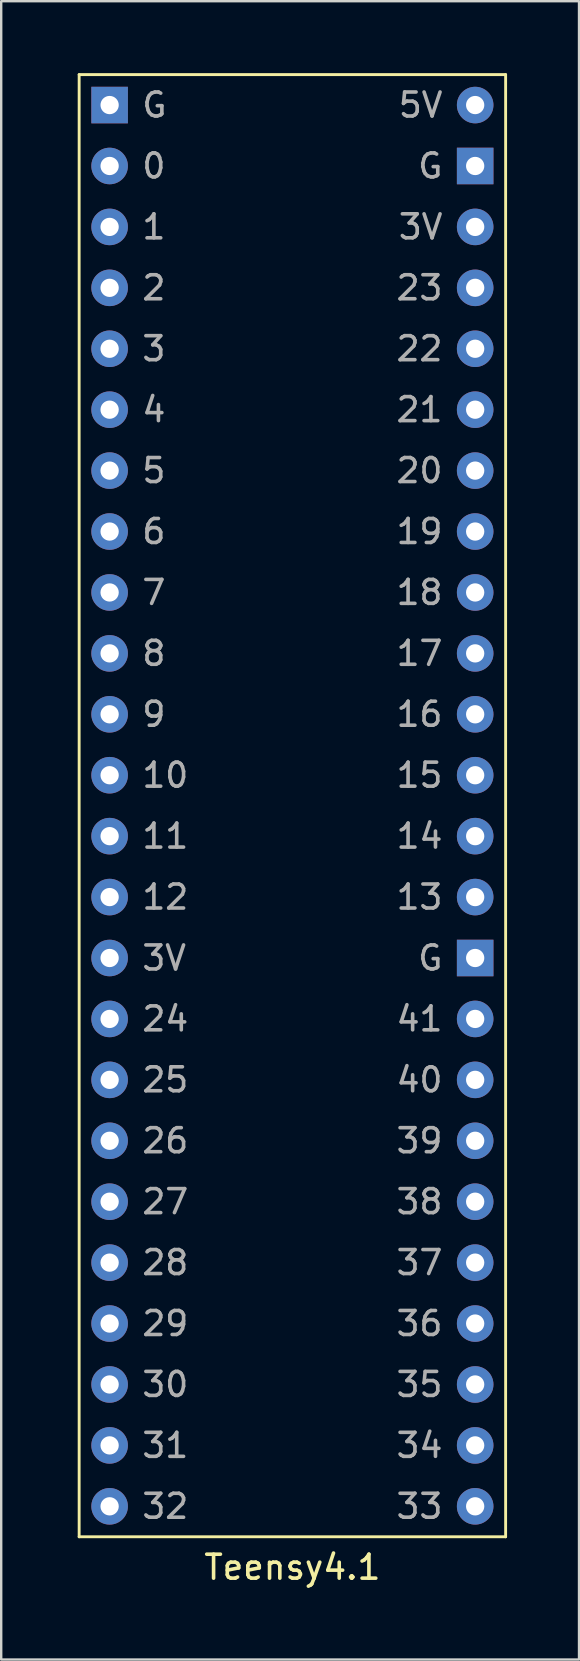
<source format=kicad_pcb>
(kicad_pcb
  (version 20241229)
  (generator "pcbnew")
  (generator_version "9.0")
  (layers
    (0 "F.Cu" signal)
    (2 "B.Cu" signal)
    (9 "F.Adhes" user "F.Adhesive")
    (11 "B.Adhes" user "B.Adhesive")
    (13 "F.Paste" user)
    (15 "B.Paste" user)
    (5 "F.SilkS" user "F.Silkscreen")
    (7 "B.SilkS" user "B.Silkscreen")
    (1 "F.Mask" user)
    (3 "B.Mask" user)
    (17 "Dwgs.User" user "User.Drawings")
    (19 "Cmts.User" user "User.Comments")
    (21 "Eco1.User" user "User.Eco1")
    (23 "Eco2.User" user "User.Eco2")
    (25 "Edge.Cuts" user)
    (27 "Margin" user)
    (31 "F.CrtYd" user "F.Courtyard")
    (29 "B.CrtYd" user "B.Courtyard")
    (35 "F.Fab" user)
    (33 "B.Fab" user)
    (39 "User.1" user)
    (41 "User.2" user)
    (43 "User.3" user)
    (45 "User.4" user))
  (footprint "Teensy4.1"
    (layer "F.Cu")
    (at 0.25 61.02)
    (property "Reference" "Teensy4.1" (at 8.89 1.27 0) (layer "F.SilkS") (effects (font (size 1 1) (thickness 0.15))))
    (attr through_hole)
    (fp_line (start 0 -60.96) (end 17.78 -60.96) (stroke (width 0.12) (type solid)) (layer "F.SilkS"))
    (fp_line (start 0 0) (end 0 -60.96) (stroke (width 0.12) (type solid)) (layer "F.SilkS"))
    (fp_line (start 17.78 -60.96) (end 17.78 0) (stroke (width 0.12) (type solid)) (layer "F.SilkS"))
    (fp_line (start 17.78 0) (end 0 0) (stroke (width 0.12) (type solid)) (layer "F.SilkS"))
    (fp_text user "20" (at 15.24 -44.45 0) (layer "F.Fab") (effects (font (size 1 1) (thickness 0.15)) (justify right)))
    (fp_text user "18" (at 15.24 -39.37 0) (layer "F.Fab") (effects (font (size 1 1) (thickness 0.15)) (justify right)))
    (fp_text user "10" (at 2.54 -31.75 0) (layer "F.Fab") (effects (font (size 1 1) (thickness 0.15)) (justify left)))
    (fp_text user "5V" (at 15.24 -59.69 0) (layer "F.Fab") (effects (font (size 1 1) (thickness 0.15)) (justify right)))
    (fp_text user "21" (at 15.24 -46.99 0) (layer "F.Fab") (effects (font (size 1 1) (thickness 0.15)) (justify right)))
    (fp_text user "39" (at 15.24 -16.51 0) (layer "F.Fab") (effects (font (size 1 1) (thickness 0.15)) (justify right)))
    (fp_text user "23" (at 15.24 -52.07 0) (layer "F.Fab") (effects (font (size 1 1) (thickness 0.15)) (justify right)))
    (fp_text user "3" (at 2.54 -49.53 0) (layer "F.Fab") (effects (font (size 1 1) (thickness 0.15)) (justify left)))
    (fp_text user "1" (at 2.54 -54.61 0) (layer "F.Fab") (effects (font (size 1 1) (thickness 0.15)) (justify left)))
    (fp_text user "29" (at 2.54 -8.89 0) (layer "F.Fab") (effects (font (size 1 1) (thickness 0.15)) (justify left)))
    (fp_text user "30" (at 2.54 -6.35 0) (layer "F.Fab") (effects (font (size 1 1) (thickness 0.15)) (justify left)))
    (fp_text user "5" (at 2.54 -44.45 0) (layer "F.Fab") (effects (font (size 1 1) (thickness 0.15)) (justify left)))
    (fp_text user "12" (at 2.54 -26.67 0) (layer "F.Fab") (effects (font (size 1 1) (thickness 0.15)) (justify left)))
    (fp_text user "31" (at 2.54 -3.81 0) (layer "F.Fab") (effects (font (size 1 1) (thickness 0.15)) (justify left)))
    (fp_text user "36" (at 15.24 -8.89 0) (layer "F.Fab") (effects (font (size 1 1) (thickness 0.15)) (justify right)))
    (fp_text user "34" (at 15.24 -3.81 0) (layer "F.Fab") (effects (font (size 1 1) (thickness 0.15)) (justify right)))
    (fp_text user "35" (at 15.24 -6.35 0) (layer "F.Fab") (effects (font (size 1 1) (thickness 0.15)) (justify right)))
    (fp_text user "11" (at 2.54 -29.21 0) (layer "F.Fab") (effects (font (size 1 1) (thickness 0.15)) (justify left)))
    (fp_text user "15" (at 15.24 -31.75 0) (layer "F.Fab") (effects (font (size 1 1) (thickness 0.15)) (justify right)))
    (fp_text user "25" (at 2.54 -19.05 0) (layer "F.Fab") (effects (font (size 1 1) (thickness 0.15)) (justify left)))
    (fp_text user "28" (at 2.54 -11.43 0) (layer "F.Fab") (effects (font (size 1 1) (thickness 0.15)) (justify left)))
    (fp_text user "13" (at 15.24 -26.67 0) (layer "F.Fab") (effects (font (size 1 1) (thickness 0.15)) (justify right)))
    (fp_text user "22" (at 15.24 -49.53 0) (layer "F.Fab") (effects (font (size 1 1) (thickness 0.15)) (justify right)))
    (fp_text user "8" (at 2.54 -36.83 0) (layer "F.Fab") (effects (font (size 1 1) (thickness 0.15)) (justify left)))
    (fp_text user "40" (at 15.24 -19.05 0) (layer "F.Fab") (effects (font (size 1 1) (thickness 0.15)) (justify right)))
    (fp_text user "26" (at 2.54 -16.51 0) (layer "F.Fab") (effects (font (size 1 1) (thickness 0.15)) (justify left)))
    (fp_text user "33" (at 15.24 -1.27 0) (layer "F.Fab") (effects (font (size 1 1) (thickness 0.15)) (justify right)))
    (fp_text user "4" (at 2.54 -46.99 0) (layer "F.Fab") (effects (font (size 1 1) (thickness 0.15)) (justify left)))
    (fp_text user "24" (at 2.54 -21.59 0) (layer "F.Fab") (effects (font (size 1 1) (thickness 0.15)) (justify left)))
    (fp_text user "7" (at 2.54 -39.37 0) (layer "F.Fab") (effects (font (size 1 1) (thickness 0.15)) (justify left)))
    (fp_text user "14" (at 15.24 -29.21 0) (layer "F.Fab") (effects (font (size 1 1) (thickness 0.15)) (justify right)))
    (fp_text user "G" (at 2.54 -59.69 0) (layer "F.Fab") (effects (font (size 1 1) (thickness 0.15)) (justify left)))
    (fp_text user "G" (at 15.24 -57.15 0) (layer "F.Fab") (effects (font (size 1 1) (thickness 0.15)) (justify right)))
    (fp_text user "38" (at 15.24 -13.97 0) (layer "F.Fab") (effects (font (size 1 1) (thickness 0.15)) (justify right)))
    (fp_text user "41" (at 15.24 -21.59 0) (layer "F.Fab") (effects (font (size 1 1) (thickness 0.15)) (justify right)))
    (fp_text user "9" (at 2.54 -34.29 0) (layer "F.Fab") (effects (font (size 1 1) (thickness 0.15)) (justify left)))
    (fp_text user "6" (at 2.54 -41.91 0) (layer "F.Fab") (effects (font (size 1 1) (thickness 0.15)) (justify left)))
    (fp_text user "3V" (at 2.54 -24.13 0) (layer "F.Fab") (effects (font (size 1 1) (thickness 0.15)) (justify left)))
    (fp_text user "32" (at 2.54 -1.27 0) (layer "F.Fab") (effects (font (size 1 1) (thickness 0.15)) (justify left)))
    (fp_text user "G" (at 15.24 -24.13 0) (layer "F.Fab") (effects (font (size 1 1) (thickness 0.15)) (justify right)))
    (fp_text user "2" (at 2.54 -52.07 0) (layer "F.Fab") (effects (font (size 1 1) (thickness 0.15)) (justify left)))
    (fp_text user "17" (at 15.24 -36.83 0) (layer "F.Fab") (effects (font (size 1 1) (thickness 0.15)) (justify right)))
    (fp_text user "19" (at 15.24 -41.91 0) (layer "F.Fab") (effects (font (size 1 1) (thickness 0.15)) (justify right)))
    (fp_text user "37" (at 15.24 -11.43 0) (layer "F.Fab") (effects (font (size 1 1) (thickness 0.15)) (justify right)))
    (fp_text user "0" (at 2.54 -57.15 0) (layer "F.Fab") (effects (font (size 1 1) (thickness 0.15)) (justify left)))
    (fp_text user "16" (at 15.24 -34.29 0) (layer "F.Fab") (effects (font (size 1 1) (thickness 0.15)) (justify right)))
    (fp_text user "27" (at 2.54 -13.97 0) (layer "F.Fab") (effects (font (size 1 1) (thickness 0.15)) (justify left)))
    (fp_text user "3V" (at 15.24 -54.61 0) (layer "F.Fab") (effects (font (size 1 1) (thickness 0.15)) (justify right)))
    (pad "1" thru_hole rect (at 1.27 -59.69) (size 1.524 1.524) (drill 0.762) (layers "*.Cu" "*.Mask"))
    (pad "2" thru_hole circle (at 1.27 -57.15) (size 1.524 1.524) (drill 0.762) (layers "*.Cu" "*.Mask"))
    (pad "3" thru_hole circle (at 1.27 -54.61) (size 1.524 1.524) (drill 0.762) (layers "*.Cu" "*.Mask"))
    (pad "4" thru_hole circle (at 1.27 -52.07) (size 1.524 1.524) (drill 0.762) (layers "*.Cu" "*.Mask"))
    (pad "5" thru_hole circle (at 1.27 -49.53) (size 1.524 1.524) (drill 0.762) (layers "*.Cu" "*.Mask"))
    (pad "6" thru_hole circle (at 1.27 -46.99) (size 1.524 1.524) (drill 0.762) (layers "*.Cu" "*.Mask"))
    (pad "7" thru_hole circle (at 1.27 -44.45) (size 1.524 1.524) (drill 0.762) (layers "*.Cu" "*.Mask"))
    (pad "8" thru_hole circle (at 1.27 -41.91) (size 1.524 1.524) (drill 0.762) (layers "*.Cu" "*.Mask"))
    (pad "9" thru_hole circle (at 1.27 -39.37) (size 1.524 1.524) (drill 0.762) (layers "*.Cu" "*.Mask"))
    (pad "10" thru_hole circle (at 1.27 -36.83) (size 1.524 1.524) (drill 0.762) (layers "*.Cu" "*.Mask"))
    (pad "11" thru_hole circle (at 1.27 -34.29) (size 1.524 1.524) (drill 0.762) (layers "*.Cu" "*.Mask"))
    (pad "12" thru_hole circle (at 1.27 -31.75) (size 1.524 1.524) (drill 0.762) (layers "*.Cu" "*.Mask"))
    (pad "13" thru_hole circle (at 1.27 -29.21) (size 1.524 1.524) (drill 0.762) (layers "*.Cu" "*.Mask"))
    (pad "14" thru_hole circle (at 1.27 -26.67) (size 1.524 1.524) (drill 0.762) (layers "*.Cu" "*.Mask"))
    (pad "15" thru_hole circle (at 1.27 -24.13) (size 1.524 1.524) (drill 0.762) (layers "*.Cu" "*.Mask"))
    (pad "16" thru_hole rect (at 16.51 -24.13) (size 1.524 1.524) (drill 0.762) (layers "*.Cu" "*.Mask"))
    (pad "17" thru_hole circle (at 16.51 -26.67) (size 1.524 1.524) (drill 0.762) (layers "*.Cu" "*.Mask"))
    (pad "18" thru_hole circle (at 16.51 -29.21) (size 1.524 1.524) (drill 0.762) (layers "*.Cu" "*.Mask"))
    (pad "19" thru_hole circle (at 16.51 -31.75) (size 1.524 1.524) (drill 0.762) (layers "*.Cu" "*.Mask"))
    (pad "20" thru_hole circle (at 16.51 -34.29) (size 1.524 1.524) (drill 0.762) (layers "*.Cu" "*.Mask"))
    (pad "21" thru_hole circle (at 16.51 -36.83) (size 1.524 1.524) (drill 0.762) (layers "*.Cu" "*.Mask"))
    (pad "22" thru_hole circle (at 16.51 -39.37) (size 1.524 1.524) (drill 0.762) (layers "*.Cu" "*.Mask"))
    (pad "23" thru_hole circle (at 16.51 -41.91) (size 1.524 1.524) (drill 0.762) (layers "*.Cu" "*.Mask"))
    (pad "24" thru_hole circle (at 16.51 -44.45) (size 1.524 1.524) (drill 0.762) (layers "*.Cu" "*.Mask"))
    (pad "25" thru_hole circle (at 16.51 -46.99) (size 1.524 1.524) (drill 0.762) (layers "*.Cu" "*.Mask"))
    (pad "26" thru_hole circle (at 16.51 -49.53) (size 1.524 1.524) (drill 0.762) (layers "*.Cu" "*.Mask"))
    (pad "27" thru_hole circle (at 16.51 -52.07) (size 1.524 1.524) (drill 0.762) (layers "*.Cu" "*.Mask"))
    (pad "28" thru_hole circle (at 16.51 -54.61) (size 1.524 1.524) (drill 0.762) (layers "*.Cu" "*.Mask"))
    (pad "29" thru_hole rect (at 16.51 -57.15) (size 1.524 1.524) (drill 0.762) (layers "*.Cu" "*.Mask"))
    (pad "30" thru_hole circle (at 16.51 -59.69) (size 1.524 1.524) (drill 0.762) (layers "*.Cu" "*.Mask"))
    (pad "31" thru_hole circle (at 1.27 -21.59) (size 1.524 1.524) (drill 0.762) (layers "*.Cu" "*.Mask"))
    (pad "32" thru_hole circle (at 1.27 -19.05) (size 1.524 1.524) (drill 0.762) (layers "*.Cu" "*.Mask"))
    (pad "33" thru_hole circle (at 1.27 -16.51) (size 1.524 1.524) (drill 0.762) (layers "*.Cu" "*.Mask"))
    (pad "34" thru_hole circle (at 1.27 -13.97) (size 1.524 1.524) (drill 0.762) (layers "*.Cu" "*.Mask"))
    (pad "35" thru_hole circle (at 1.27 -11.43) (size 1.524 1.524) (drill 0.762) (layers "*.Cu" "*.Mask"))
    (pad "36" thru_hole circle (at 1.27 -8.89) (size 1.524 1.524) (drill 0.762) (layers "*.Cu" "*.Mask"))
    (pad "37" thru_hole circle (at 1.27 -6.35) (size 1.524 1.524) (drill 0.762) (layers "*.Cu" "*.Mask"))
    (pad "38" thru_hole circle (at 1.27 -3.81) (size 1.524 1.524) (drill 0.762) (layers "*.Cu" "*.Mask"))
    (pad "39" thru_hole circle (at 1.27 -1.27) (size 1.524 1.524) (drill 0.762) (layers "*.Cu" "*.Mask"))
    (pad "40" thru_hole circle (at 16.51 -1.27) (size 1.524 1.524) (drill 0.762) (layers "*.Cu" "*.Mask"))
    (pad "41" thru_hole circle (at 16.51 -3.81) (size 1.524 1.524) (drill 0.762) (layers "*.Cu" "*.Mask"))
    (pad "42" thru_hole circle (at 16.51 -6.35) (size 1.524 1.524) (drill 0.762) (layers "*.Cu" "*.Mask"))
    (pad "43" thru_hole circle (at 16.51 -8.89) (size 1.524 1.524) (drill 0.762) (layers "*.Cu" "*.Mask"))
    (pad "44" thru_hole circle (at 16.51 -11.43) (size 1.524 1.524) (drill 0.762) (layers "*.Cu" "*.Mask"))
    (pad "45" thru_hole circle (at 16.51 -13.97) (size 1.524 1.524) (drill 0.762) (layers "*.Cu" "*.Mask"))
    (pad "46" thru_hole circle (at 16.51 -16.51) (size 1.524 1.524) (drill 0.762) (layers "*.Cu" "*.Mask"))
    (pad "47" thru_hole circle (at 16.51 -19.05) (size 1.524 1.524) (drill 0.762) (layers "*.Cu" "*.Mask"))
    (pad "48" thru_hole circle (at 16.51 -21.59) (size 1.524 1.524) (drill 0.762) (layers "*.Cu" "*.Mask")))
  (gr_rect
    (start -3 -3)
    (end 21.09 66.138)
    (stroke (width 0.1) (type default))
    (fill no)
    (layer "Edge.Cuts")))
</source>
